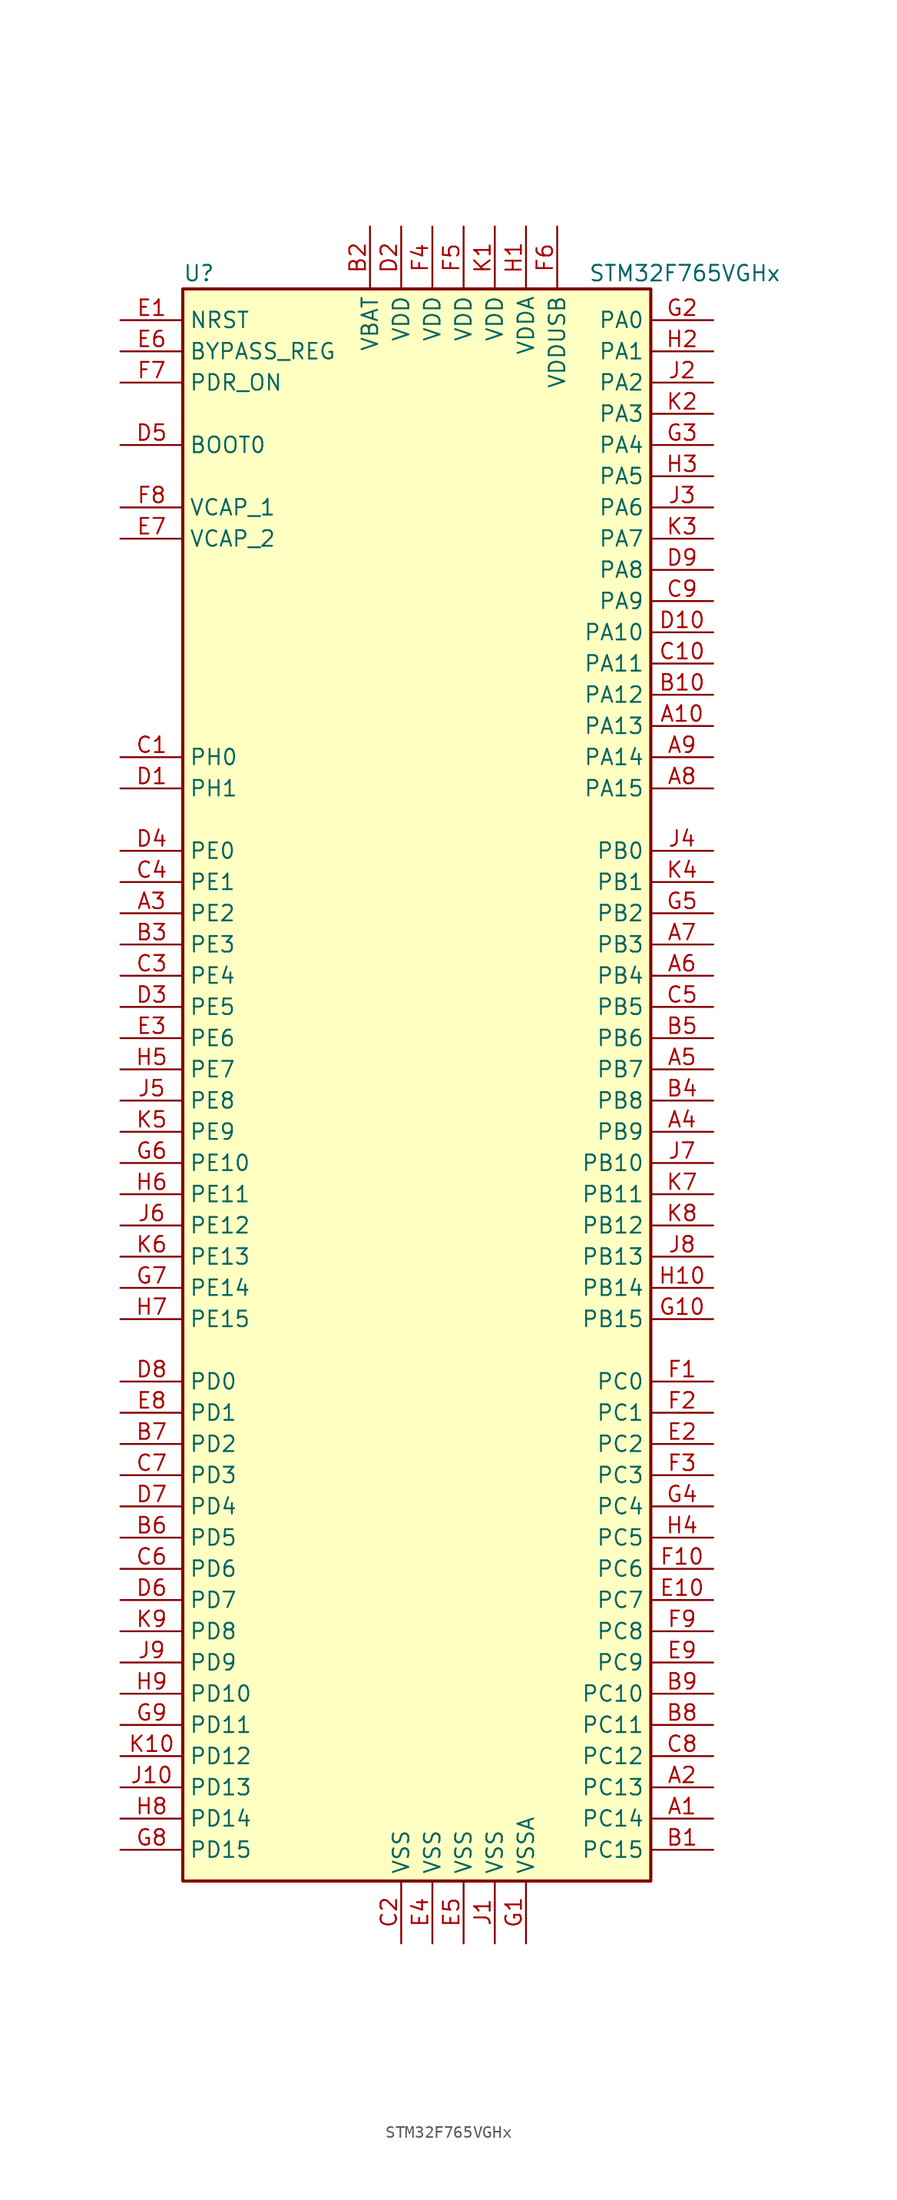
<source format=kicad_sym>
(kicad_symbol_lib
  (version 20201005)
  (generator kicad_symbol_editor)
  (symbol "MCU_ST_STM32F7:STM32F765VGHx"
    (property "Reference" "U"
      (at -20.32 64.77 0)
      (effects (font (size 1.27 1.27)) (justify left)))
    (property "Value" "STM32F765VGHx"
      (at 12.7 64.77 0)
      (effects (font (size 1.27 1.27)) (justify left)))
    (symbol "STM32F765VGHx_0_1"
      (rectangle (start -20.32 -66.04) (end 17.78 63.5) (stroke (width 0.254)) (fill (type background))))
    (symbol "STM32F765VGHx_1_1"
      (pin input line (at -25.4 50.8 0) (length 5.08) (name "BOOT0" (effects (font (size 1.27 1.27)))) (number "D5" (effects (font (size 1.27 1.27)))))
      (pin input line (at -25.4 58.42 0) (length 5.08) (name "BYPASS_REG" (effects (font (size 1.27 1.27)))) (number "E6" (effects (font (size 1.27 1.27)))))
      (pin input line (at -25.4 60.96 0) (length 5.08) (name "NRST" (effects (font (size 1.27 1.27)))) (number "E1" (effects (font (size 1.27 1.27)))))
      (pin bidirectional line (at 22.86 60.96 180) (length 5.08) (name "PA0" (effects (font (size 1.27 1.27)))) (number "G2" (effects (font (size 1.27 1.27)))))
      (pin bidirectional line (at 22.86 58.42 180) (length 5.08) (name "PA1" (effects (font (size 1.27 1.27)))) (number "H2" (effects (font (size 1.27 1.27)))))
      (pin bidirectional line (at 22.86 35.56 180) (length 5.08) (name "PA10" (effects (font (size 1.27 1.27)))) (number "D10" (effects (font (size 1.27 1.27)))))
      (pin bidirectional line (at 22.86 33.02 180) (length 5.08) (name "PA11" (effects (font (size 1.27 1.27)))) (number "C10" (effects (font (size 1.27 1.27)))))
      (pin bidirectional line (at 22.86 30.48 180) (length 5.08) (name "PA12" (effects (font (size 1.27 1.27)))) (number "B10" (effects (font (size 1.27 1.27)))))
      (pin bidirectional line (at 22.86 27.94 180) (length 5.08) (name "PA13" (effects (font (size 1.27 1.27)))) (number "A10" (effects (font (size 1.27 1.27)))))
      (pin bidirectional line (at 22.86 25.4 180) (length 5.08) (name "PA14" (effects (font (size 1.27 1.27)))) (number "A9" (effects (font (size 1.27 1.27)))))
      (pin bidirectional line (at 22.86 22.86 180) (length 5.08) (name "PA15" (effects (font (size 1.27 1.27)))) (number "A8" (effects (font (size 1.27 1.27)))))
      (pin bidirectional line (at 22.86 55.88 180) (length 5.08) (name "PA2" (effects (font (size 1.27 1.27)))) (number "J2" (effects (font (size 1.27 1.27)))))
      (pin bidirectional line (at 22.86 53.34 180) (length 5.08) (name "PA3" (effects (font (size 1.27 1.27)))) (number "K2" (effects (font (size 1.27 1.27)))))
      (pin bidirectional line (at 22.86 50.8 180) (length 5.08) (name "PA4" (effects (font (size 1.27 1.27)))) (number "G3" (effects (font (size 1.27 1.27)))))
      (pin bidirectional line (at 22.86 48.26 180) (length 5.08) (name "PA5" (effects (font (size 1.27 1.27)))) (number "H3" (effects (font (size 1.27 1.27)))))
      (pin bidirectional line (at 22.86 45.72 180) (length 5.08) (name "PA6" (effects (font (size 1.27 1.27)))) (number "J3" (effects (font (size 1.27 1.27)))))
      (pin bidirectional line (at 22.86 43.18 180) (length 5.08) (name "PA7" (effects (font (size 1.27 1.27)))) (number "K3" (effects (font (size 1.27 1.27)))))
      (pin bidirectional line (at 22.86 40.64 180) (length 5.08) (name "PA8" (effects (font (size 1.27 1.27)))) (number "D9" (effects (font (size 1.27 1.27)))))
      (pin bidirectional line (at 22.86 38.1 180) (length 5.08) (name "PA9" (effects (font (size 1.27 1.27)))) (number "C9" (effects (font (size 1.27 1.27)))))
      (pin bidirectional line (at 22.86 17.78 180) (length 5.08) (name "PB0" (effects (font (size 1.27 1.27)))) (number "J4" (effects (font (size 1.27 1.27)))))
      (pin bidirectional line (at 22.86 15.24 180) (length 5.08) (name "PB1" (effects (font (size 1.27 1.27)))) (number "K4" (effects (font (size 1.27 1.27)))))
      (pin bidirectional line (at 22.86 -7.62 180) (length 5.08) (name "PB10" (effects (font (size 1.27 1.27)))) (number "J7" (effects (font (size 1.27 1.27)))))
      (pin bidirectional line (at 22.86 -10.16 180) (length 5.08) (name "PB11" (effects (font (size 1.27 1.27)))) (number "K7" (effects (font (size 1.27 1.27)))))
      (pin bidirectional line (at 22.86 -12.7 180) (length 5.08) (name "PB12" (effects (font (size 1.27 1.27)))) (number "K8" (effects (font (size 1.27 1.27)))))
      (pin bidirectional line (at 22.86 -15.24 180) (length 5.08) (name "PB13" (effects (font (size 1.27 1.27)))) (number "J8" (effects (font (size 1.27 1.27)))))
      (pin bidirectional line (at 22.86 -17.78 180) (length 5.08) (name "PB14" (effects (font (size 1.27 1.27)))) (number "H10" (effects (font (size 1.27 1.27)))))
      (pin bidirectional line (at 22.86 -20.32 180) (length 5.08) (name "PB15" (effects (font (size 1.27 1.27)))) (number "G10" (effects (font (size 1.27 1.27)))))
      (pin bidirectional line (at 22.86 12.7 180) (length 5.08) (name "PB2" (effects (font (size 1.27 1.27)))) (number "G5" (effects (font (size 1.27 1.27)))))
      (pin bidirectional line (at 22.86 10.16 180) (length 5.08) (name "PB3" (effects (font (size 1.27 1.27)))) (number "A7" (effects (font (size 1.27 1.27)))))
      (pin bidirectional line (at 22.86 7.62 180) (length 5.08) (name "PB4" (effects (font (size 1.27 1.27)))) (number "A6" (effects (font (size 1.27 1.27)))))
      (pin bidirectional line (at 22.86 5.08 180) (length 5.08) (name "PB5" (effects (font (size 1.27 1.27)))) (number "C5" (effects (font (size 1.27 1.27)))))
      (pin bidirectional line (at 22.86 2.54 180) (length 5.08) (name "PB6" (effects (font (size 1.27 1.27)))) (number "B5" (effects (font (size 1.27 1.27)))))
      (pin bidirectional line (at 22.86 0 180) (length 5.08) (name "PB7" (effects (font (size 1.27 1.27)))) (number "A5" (effects (font (size 1.27 1.27)))))
      (pin bidirectional line (at 22.86 -2.54 180) (length 5.08) (name "PB8" (effects (font (size 1.27 1.27)))) (number "B4" (effects (font (size 1.27 1.27)))))
      (pin bidirectional line (at 22.86 -5.08 180) (length 5.08) (name "PB9" (effects (font (size 1.27 1.27)))) (number "A4" (effects (font (size 1.27 1.27)))))
      (pin bidirectional line (at 22.86 -25.4 180) (length 5.08) (name "PC0" (effects (font (size 1.27 1.27)))) (number "F1" (effects (font (size 1.27 1.27)))))
      (pin bidirectional line (at 22.86 -27.94 180) (length 5.08) (name "PC1" (effects (font (size 1.27 1.27)))) (number "F2" (effects (font (size 1.27 1.27)))))
      (pin bidirectional line (at 22.86 -50.8 180) (length 5.08) (name "PC10" (effects (font (size 1.27 1.27)))) (number "B9" (effects (font (size 1.27 1.27)))))
      (pin bidirectional line (at 22.86 -53.34 180) (length 5.08) (name "PC11" (effects (font (size 1.27 1.27)))) (number "B8" (effects (font (size 1.27 1.27)))))
      (pin bidirectional line (at 22.86 -55.88 180) (length 5.08) (name "PC12" (effects (font (size 1.27 1.27)))) (number "C8" (effects (font (size 1.27 1.27)))))
      (pin bidirectional line (at 22.86 -58.42 180) (length 5.08) (name "PC13" (effects (font (size 1.27 1.27)))) (number "A2" (effects (font (size 1.27 1.27)))))
      (pin bidirectional line (at 22.86 -60.96 180) (length 5.08) (name "PC14" (effects (font (size 1.27 1.27)))) (number "A1" (effects (font (size 1.27 1.27)))))
      (pin bidirectional line (at 22.86 -63.5 180) (length 5.08) (name "PC15" (effects (font (size 1.27 1.27)))) (number "B1" (effects (font (size 1.27 1.27)))))
      (pin bidirectional line (at 22.86 -30.48 180) (length 5.08) (name "PC2" (effects (font (size 1.27 1.27)))) (number "E2" (effects (font (size 1.27 1.27)))))
      (pin bidirectional line (at 22.86 -33.02 180) (length 5.08) (name "PC3" (effects (font (size 1.27 1.27)))) (number "F3" (effects (font (size 1.27 1.27)))))
      (pin bidirectional line (at 22.86 -35.56 180) (length 5.08) (name "PC4" (effects (font (size 1.27 1.27)))) (number "G4" (effects (font (size 1.27 1.27)))))
      (pin bidirectional line (at 22.86 -38.1 180) (length 5.08) (name "PC5" (effects (font (size 1.27 1.27)))) (number "H4" (effects (font (size 1.27 1.27)))))
      (pin bidirectional line (at 22.86 -40.64 180) (length 5.08) (name "PC6" (effects (font (size 1.27 1.27)))) (number "F10" (effects (font (size 1.27 1.27)))))
      (pin bidirectional line (at 22.86 -43.18 180) (length 5.08) (name "PC7" (effects (font (size 1.27 1.27)))) (number "E10" (effects (font (size 1.27 1.27)))))
      (pin bidirectional line (at 22.86 -45.72 180) (length 5.08) (name "PC8" (effects (font (size 1.27 1.27)))) (number "F9" (effects (font (size 1.27 1.27)))))
      (pin bidirectional line (at 22.86 -48.26 180) (length 5.08) (name "PC9" (effects (font (size 1.27 1.27)))) (number "E9" (effects (font (size 1.27 1.27)))))
      (pin bidirectional line (at -25.4 -25.4 0) (length 5.08) (name "PD0" (effects (font (size 1.27 1.27)))) (number "D8" (effects (font (size 1.27 1.27)))))
      (pin bidirectional line (at -25.4 -27.94 0) (length 5.08) (name "PD1" (effects (font (size 1.27 1.27)))) (number "E8" (effects (font (size 1.27 1.27)))))
      (pin bidirectional line (at -25.4 -50.8 0) (length 5.08) (name "PD10" (effects (font (size 1.27 1.27)))) (number "H9" (effects (font (size 1.27 1.27)))))
      (pin bidirectional line (at -25.4 -53.34 0) (length 5.08) (name "PD11" (effects (font (size 1.27 1.27)))) (number "G9" (effects (font (size 1.27 1.27)))))
      (pin bidirectional line (at -25.4 -55.88 0) (length 5.08) (name "PD12" (effects (font (size 1.27 1.27)))) (number "K10" (effects (font (size 1.27 1.27)))))
      (pin bidirectional line (at -25.4 -58.42 0) (length 5.08) (name "PD13" (effects (font (size 1.27 1.27)))) (number "J10" (effects (font (size 1.27 1.27)))))
      (pin bidirectional line (at -25.4 -60.96 0) (length 5.08) (name "PD14" (effects (font (size 1.27 1.27)))) (number "H8" (effects (font (size 1.27 1.27)))))
      (pin bidirectional line (at -25.4 -63.5 0) (length 5.08) (name "PD15" (effects (font (size 1.27 1.27)))) (number "G8" (effects (font (size 1.27 1.27)))))
      (pin bidirectional line (at -25.4 -30.48 0) (length 5.08) (name "PD2" (effects (font (size 1.27 1.27)))) (number "B7" (effects (font (size 1.27 1.27)))))
      (pin bidirectional line (at -25.4 -33.02 0) (length 5.08) (name "PD3" (effects (font (size 1.27 1.27)))) (number "C7" (effects (font (size 1.27 1.27)))))
      (pin bidirectional line (at -25.4 -35.56 0) (length 5.08) (name "PD4" (effects (font (size 1.27 1.27)))) (number "D7" (effects (font (size 1.27 1.27)))))
      (pin bidirectional line (at -25.4 -38.1 0) (length 5.08) (name "PD5" (effects (font (size 1.27 1.27)))) (number "B6" (effects (font (size 1.27 1.27)))))
      (pin bidirectional line (at -25.4 -40.64 0) (length 5.08) (name "PD6" (effects (font (size 1.27 1.27)))) (number "C6" (effects (font (size 1.27 1.27)))))
      (pin bidirectional line (at -25.4 -43.18 0) (length 5.08) (name "PD7" (effects (font (size 1.27 1.27)))) (number "D6" (effects (font (size 1.27 1.27)))))
      (pin bidirectional line (at -25.4 -45.72 0) (length 5.08) (name "PD8" (effects (font (size 1.27 1.27)))) (number "K9" (effects (font (size 1.27 1.27)))))
      (pin bidirectional line (at -25.4 -48.26 0) (length 5.08) (name "PD9" (effects (font (size 1.27 1.27)))) (number "J9" (effects (font (size 1.27 1.27)))))
      (pin input line (at -25.4 55.88 0) (length 5.08) (name "PDR_ON" (effects (font (size 1.27 1.27)))) (number "F7" (effects (font (size 1.27 1.27)))))
      (pin bidirectional line (at -25.4 17.78 0) (length 5.08) (name "PE0" (effects (font (size 1.27 1.27)))) (number "D4" (effects (font (size 1.27 1.27)))))
      (pin bidirectional line (at -25.4 15.24 0) (length 5.08) (name "PE1" (effects (font (size 1.27 1.27)))) (number "C4" (effects (font (size 1.27 1.27)))))
      (pin bidirectional line (at -25.4 -7.62 0) (length 5.08) (name "PE10" (effects (font (size 1.27 1.27)))) (number "G6" (effects (font (size 1.27 1.27)))))
      (pin bidirectional line (at -25.4 -10.16 0) (length 5.08) (name "PE11" (effects (font (size 1.27 1.27)))) (number "H6" (effects (font (size 1.27 1.27)))))
      (pin bidirectional line (at -25.4 -12.7 0) (length 5.08) (name "PE12" (effects (font (size 1.27 1.27)))) (number "J6" (effects (font (size 1.27 1.27)))))
      (pin bidirectional line (at -25.4 -15.24 0) (length 5.08) (name "PE13" (effects (font (size 1.27 1.27)))) (number "K6" (effects (font (size 1.27 1.27)))))
      (pin bidirectional line (at -25.4 -17.78 0) (length 5.08) (name "PE14" (effects (font (size 1.27 1.27)))) (number "G7" (effects (font (size 1.27 1.27)))))
      (pin bidirectional line (at -25.4 -20.32 0) (length 5.08) (name "PE15" (effects (font (size 1.27 1.27)))) (number "H7" (effects (font (size 1.27 1.27)))))
      (pin bidirectional line (at -25.4 12.7 0) (length 5.08) (name "PE2" (effects (font (size 1.27 1.27)))) (number "A3" (effects (font (size 1.27 1.27)))))
      (pin bidirectional line (at -25.4 10.16 0) (length 5.08) (name "PE3" (effects (font (size 1.27 1.27)))) (number "B3" (effects (font (size 1.27 1.27)))))
      (pin bidirectional line (at -25.4 7.62 0) (length 5.08) (name "PE4" (effects (font (size 1.27 1.27)))) (number "C3" (effects (font (size 1.27 1.27)))))
      (pin bidirectional line (at -25.4 5.08 0) (length 5.08) (name "PE5" (effects (font (size 1.27 1.27)))) (number "D3" (effects (font (size 1.27 1.27)))))
      (pin bidirectional line (at -25.4 2.54 0) (length 5.08) (name "PE6" (effects (font (size 1.27 1.27)))) (number "E3" (effects (font (size 1.27 1.27)))))
      (pin bidirectional line (at -25.4 0 0) (length 5.08) (name "PE7" (effects (font (size 1.27 1.27)))) (number "H5" (effects (font (size 1.27 1.27)))))
      (pin bidirectional line (at -25.4 -2.54 0) (length 5.08) (name "PE8" (effects (font (size 1.27 1.27)))) (number "J5" (effects (font (size 1.27 1.27)))))
      (pin bidirectional line (at -25.4 -5.08 0) (length 5.08) (name "PE9" (effects (font (size 1.27 1.27)))) (number "K5" (effects (font (size 1.27 1.27)))))
      (pin input line (at -25.4 25.4 0) (length 5.08) (name "PH0" (effects (font (size 1.27 1.27)))) (number "C1" (effects (font (size 1.27 1.27)))))
      (pin input line (at -25.4 22.86 0) (length 5.08) (name "PH1" (effects (font (size 1.27 1.27)))) (number "D1" (effects (font (size 1.27 1.27)))))
      (pin power_in line (at -5.08 68.58 270) (length 5.08) (name "VBAT" (effects (font (size 1.27 1.27)))) (number "B2" (effects (font (size 1.27 1.27)))))
      (pin power_in line (at -25.4 45.72 0) (length 5.08) (name "VCAP_1" (effects (font (size 1.27 1.27)))) (number "F8" (effects (font (size 1.27 1.27)))))
      (pin power_in line (at -25.4 43.18 0) (length 5.08) (name "VCAP_2" (effects (font (size 1.27 1.27)))) (number "E7" (effects (font (size 1.27 1.27)))))
      (pin power_in line (at -2.54 68.58 270) (length 5.08) (name "VDD" (effects (font (size 1.27 1.27)))) (number "D2" (effects (font (size 1.27 1.27)))))
      (pin power_in line (at 0 68.58 270) (length 5.08) (name "VDD" (effects (font (size 1.27 1.27)))) (number "F4" (effects (font (size 1.27 1.27)))))
      (pin power_in line (at 2.54 68.58 270) (length 5.08) (name "VDD" (effects (font (size 1.27 1.27)))) (number "F5" (effects (font (size 1.27 1.27)))))
      (pin power_in line (at 5.08 68.58 270) (length 5.08) (name "VDD" (effects (font (size 1.27 1.27)))) (number "K1" (effects (font (size 1.27 1.27)))))
      (pin power_in line (at 7.62 68.58 270) (length 5.08) (name "VDDA" (effects (font (size 1.27 1.27)))) (number "H1" (effects (font (size 1.27 1.27)))))
      (pin power_in line (at 10.16 68.58 270) (length 5.08) (name "VDDUSB" (effects (font (size 1.27 1.27)))) (number "F6" (effects (font (size 1.27 1.27)))))
      (pin power_in line (at -2.54 -71.12 90) (length 5.08) (name "VSS" (effects (font (size 1.27 1.27)))) (number "C2" (effects (font (size 1.27 1.27)))))
      (pin power_in line (at 0 -71.12 90) (length 5.08) (name "VSS" (effects (font (size 1.27 1.27)))) (number "E4" (effects (font (size 1.27 1.27)))))
      (pin power_in line (at 2.54 -71.12 90) (length 5.08) (name "VSS" (effects (font (size 1.27 1.27)))) (number "E5" (effects (font (size 1.27 1.27)))))
      (pin power_in line (at 5.08 -71.12 90) (length 5.08) (name "VSS" (effects (font (size 1.27 1.27)))) (number "J1" (effects (font (size 1.27 1.27)))))
      (pin power_in line (at 7.62 -71.12 90) (length 5.08) (name "VSSA" (effects (font (size 1.27 1.27)))) (number "G1" (effects (font (size 1.27 1.27))))))))
</source>
